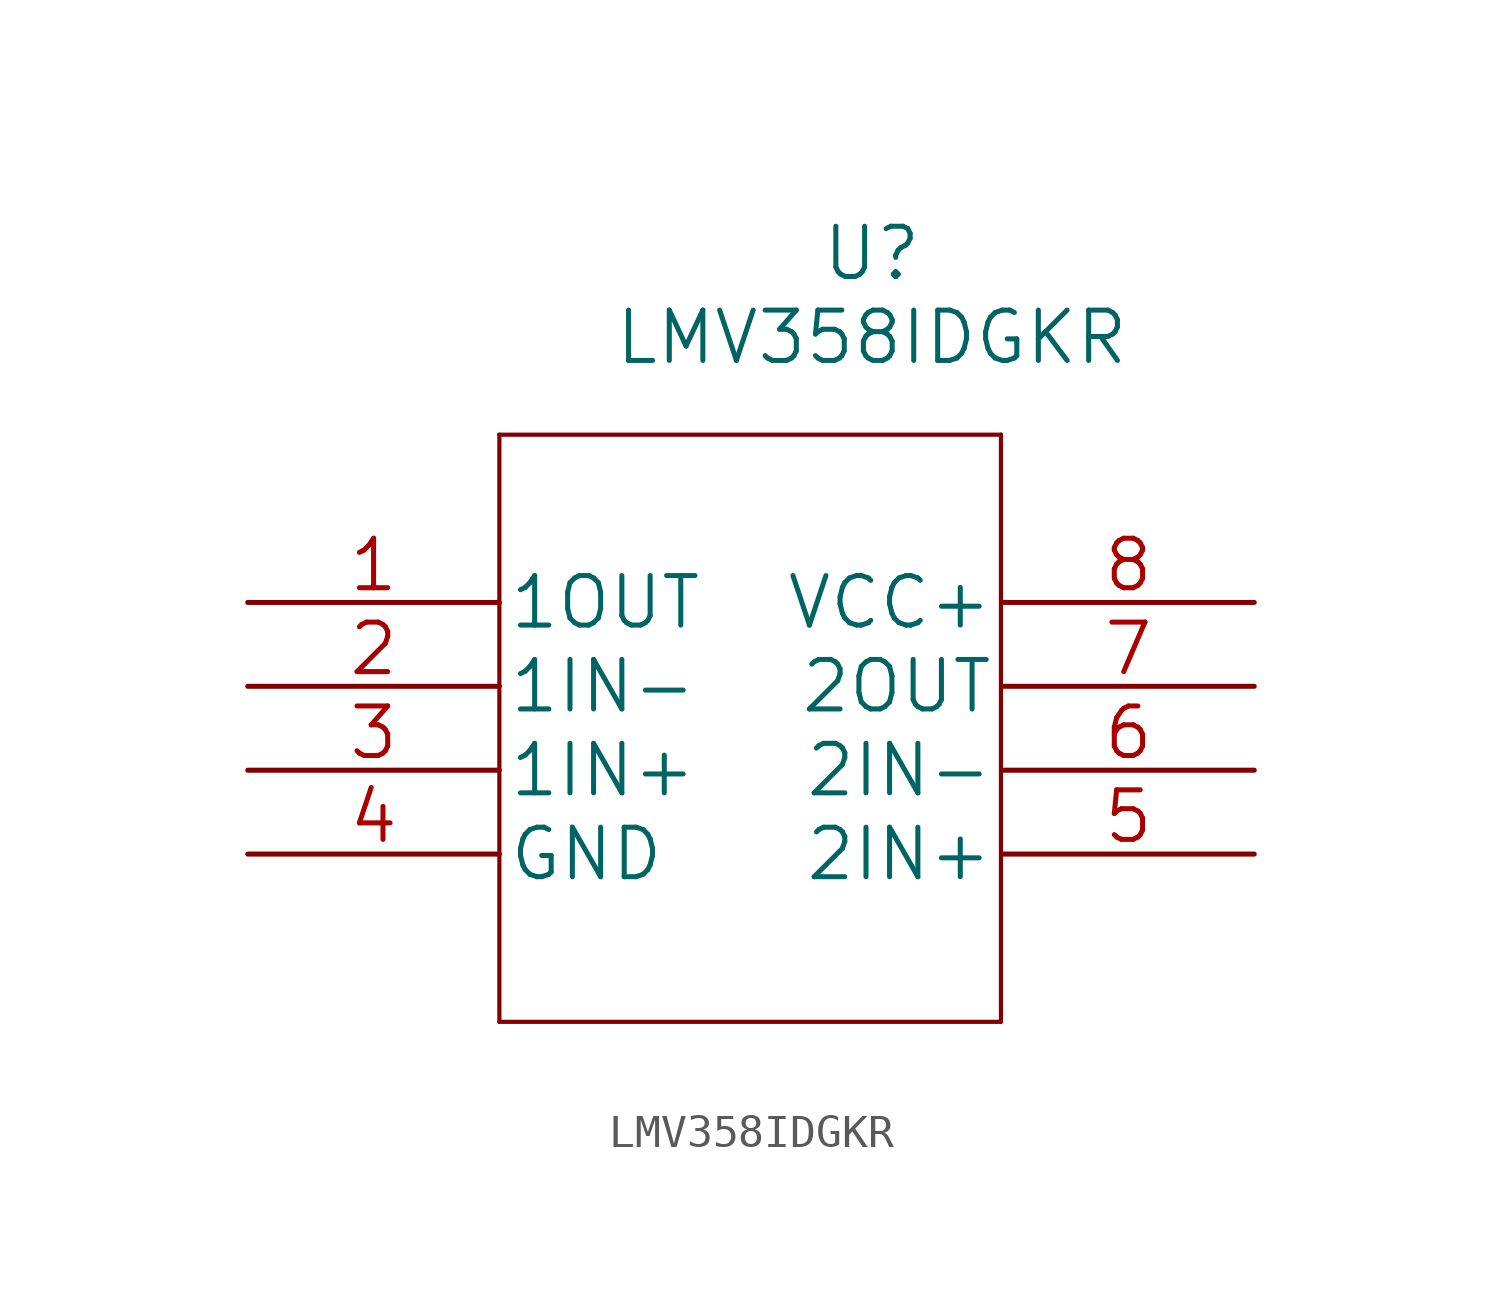
<source format=kicad_sym>
(kicad_symbol_lib
  (version 20201005)
  (generator kicad_symbol_editor)
  (symbol "LMV358:LMV358IDGKR"
    (pin_names
      (offset 0.254))
    (property "Reference" "U"
      (at 18.898 10.566 0)
      (effects (font (size 1.524 1.524))))
    (property "Value" "LMV358IDGKR"
      (at 18.898 8.026 0)
      (effects (font (size 1.524 1.524))))
    (property "Datasheet" ""
      (at 0 0 0)
      (effects (font (size 1.524 1.524))))
    (property "ki_locked" ""
      (at 0 0 0)
      (effects (font (size 1.27 1.27))))
    (symbol "LMV358IDGKR_1_1"
      (polyline (pts (xy 7.62 5.08) (xy 7.62 -12.7)) (stroke (width 0.127)) (fill (type none)))
      (polyline (pts (xy 7.62 -12.7) (xy 22.809 -12.7)) (stroke (width 0.127)) (fill (type none)))
      (polyline (pts (xy 22.809 -12.7) (xy 22.809 5.08)) (stroke (width 0.127)) (fill (type none)))
      (polyline (pts (xy 22.809 5.08) (xy 7.62 5.08)) (stroke (width 0.127)) (fill (type none)))
      (pin output line (at 0 0 0) (length 7.62) (name "1OUT" (effects (font (size 1.499 1.499)))) (number "1" (effects (font (size 1.499 1.499)))))
      (pin input line (at 0 -2.54 0) (length 7.62) (name "1IN-" (effects (font (size 1.499 1.499)))) (number "2" (effects (font (size 1.499 1.499)))))
      (pin input line (at 0 -5.08 0) (length 7.62) (name "1IN+" (effects (font (size 1.499 1.499)))) (number "3" (effects (font (size 1.499 1.499)))))
      (pin power_in line (at 0 -7.62 0) (length 7.62) (name "GND" (effects (font (size 1.499 1.499)))) (number "4" (effects (font (size 1.499 1.499)))))
      (pin input line (at 30.48 -7.62 180) (length 7.62) (name "2IN+" (effects (font (size 1.499 1.499)))) (number "5" (effects (font (size 1.499 1.499)))))
      (pin input line (at 30.48 -5.08 180) (length 7.62) (name "2IN-" (effects (font (size 1.499 1.499)))) (number "6" (effects (font (size 1.499 1.499)))))
      (pin output line (at 30.48 -2.54 180) (length 7.62) (name "2OUT" (effects (font (size 1.499 1.499)))) (number "7" (effects (font (size 1.499 1.499)))))
      (pin power_in line (at 30.48 0 180) (length 7.62) (name "VCC+" (effects (font (size 1.499 1.499)))) (number "8" (effects (font (size 1.499 1.499))))))))
</source>
